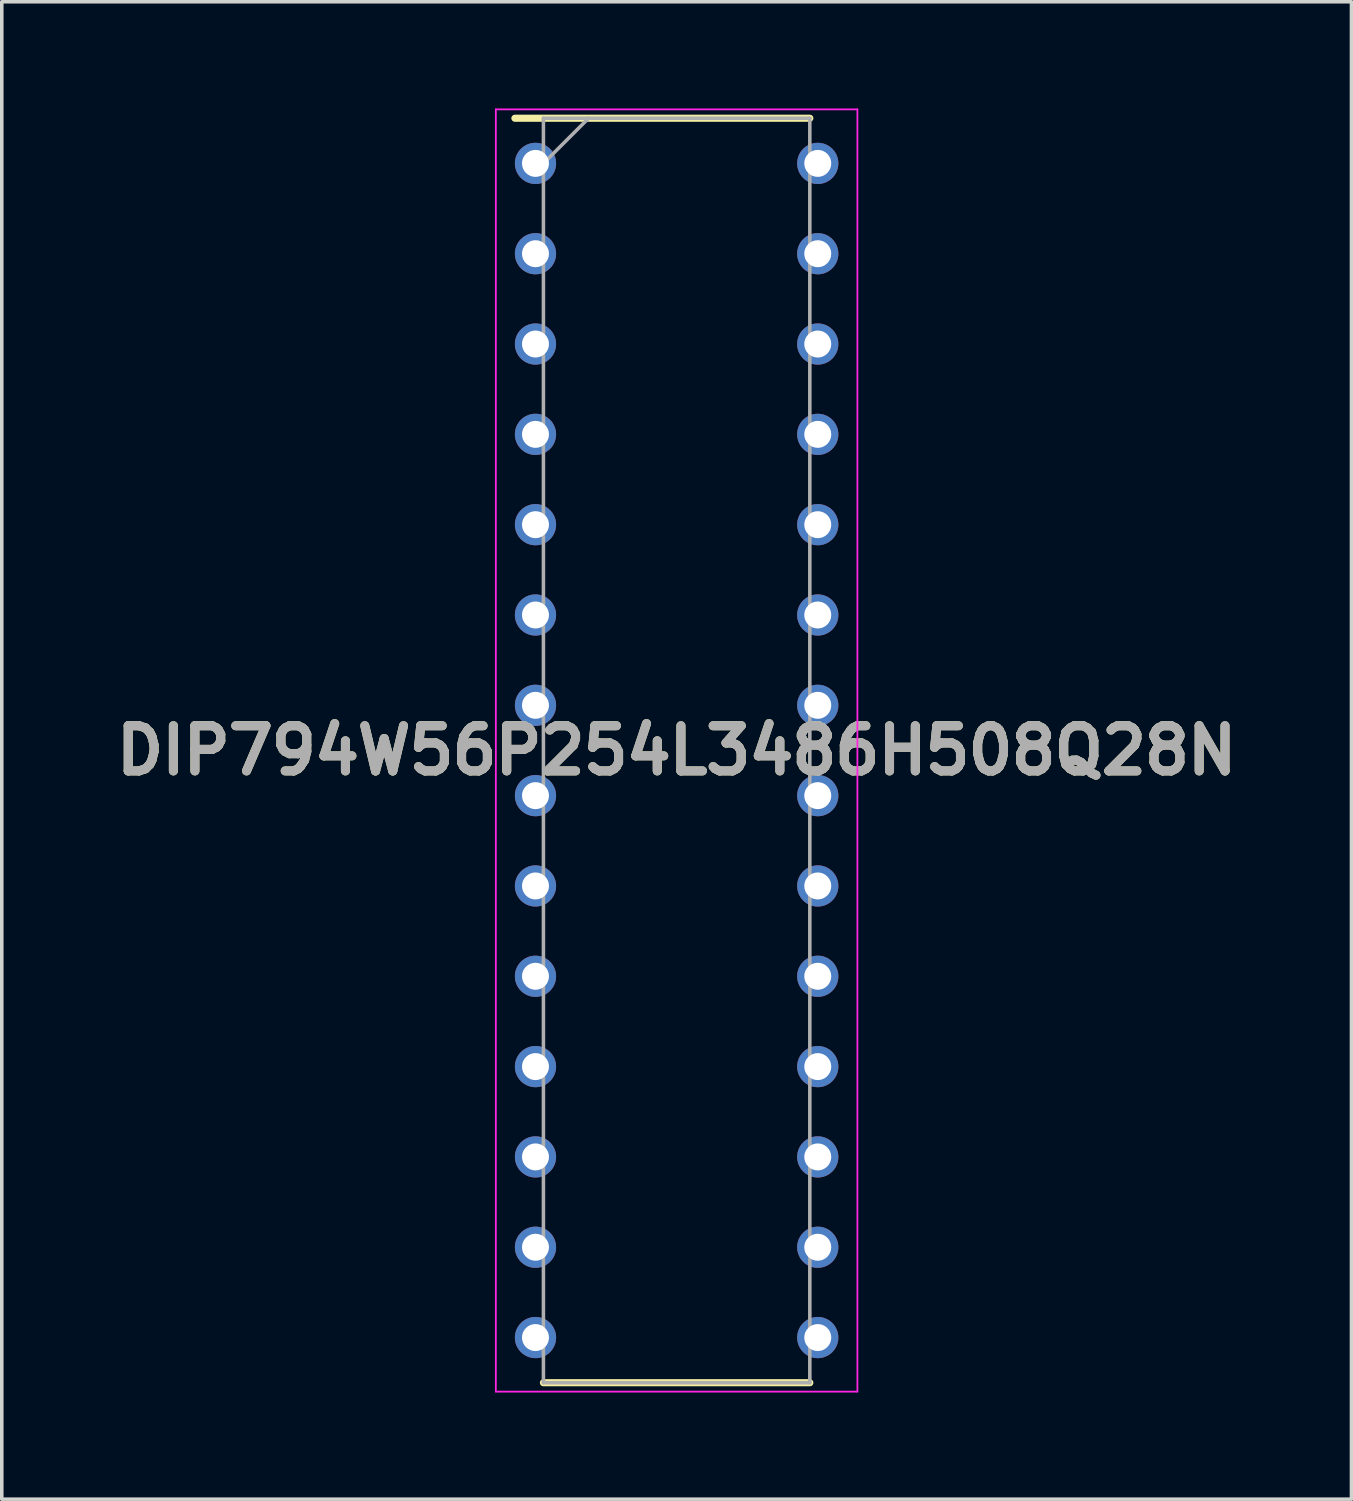
<source format=kicad_pcb>
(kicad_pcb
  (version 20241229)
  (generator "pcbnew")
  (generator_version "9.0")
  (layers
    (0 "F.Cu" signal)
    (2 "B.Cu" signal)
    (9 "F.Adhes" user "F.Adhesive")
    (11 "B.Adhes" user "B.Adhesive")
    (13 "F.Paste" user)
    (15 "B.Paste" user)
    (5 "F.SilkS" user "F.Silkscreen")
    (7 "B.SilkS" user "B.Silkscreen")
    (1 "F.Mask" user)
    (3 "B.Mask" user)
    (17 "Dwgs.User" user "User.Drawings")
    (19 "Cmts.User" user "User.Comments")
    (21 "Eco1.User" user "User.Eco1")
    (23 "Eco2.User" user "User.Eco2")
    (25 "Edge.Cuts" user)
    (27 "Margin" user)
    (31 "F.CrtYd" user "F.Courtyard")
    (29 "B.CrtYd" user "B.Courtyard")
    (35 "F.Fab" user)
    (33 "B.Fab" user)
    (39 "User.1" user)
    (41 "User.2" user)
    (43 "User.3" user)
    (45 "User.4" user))
  (footprint "DIP794W56P254L3486H508Q28N"
    (layer "F.Cu")
    (at 15.978 18.055)
    (property "Reference" "DIP794W56P254L3486H508Q28N" (at 0 0 0) (layer "F.SilkS") (effects (font (size 1.27 1.27) (thickness 0.254))))
    (attr through_hole)
    (fp_line (start -4.548 -17.78) (end 3.746 -17.78) (stroke (width 0.2) (type solid)) (layer "F.SilkS"))
    (fp_line (start -3.746 17.78) (end 3.746 17.78) (stroke (width 0.2) (type solid)) (layer "F.SilkS"))
    (fp_line (start -5.084 -18.03) (end 5.084 -18.03) (stroke (width 0.05) (type solid)) (layer "F.CrtYd"))
    (fp_line (start -5.084 18.03) (end -5.084 -18.03) (stroke (width 0.05) (type solid)) (layer "F.CrtYd"))
    (fp_line (start 5.084 -18.03) (end 5.084 18.03) (stroke (width 0.05) (type solid)) (layer "F.CrtYd"))
    (fp_line (start 5.084 18.03) (end -5.084 18.03) (stroke (width 0.05) (type solid)) (layer "F.CrtYd"))
    (fp_line (start -3.746 -17.78) (end 3.746 -17.78) (stroke (width 0.1) (type solid)) (layer "F.Fab"))
    (fp_line (start -3.746 -16.51) (end -2.476 -17.78) (stroke (width 0.1) (type solid)) (layer "F.Fab"))
    (fp_line (start -3.746 17.78) (end -3.746 -17.78) (stroke (width 0.1) (type solid)) (layer "F.Fab"))
    (fp_line (start 3.746 -17.78) (end 3.746 17.78) (stroke (width 0.1) (type solid)) (layer "F.Fab"))
    (fp_line (start 3.746 17.78) (end -3.746 17.78) (stroke (width 0.1) (type solid)) (layer "F.Fab"))
    (fp_text user "${REFERENCE}" (at 0 0 0) (layer "F.Fab") (effects (font (size 1.27 1.27) (thickness 0.254))))
    (pad "1" thru_hole circle (at -3.969 -16.51) (size 1.159 1.159) (drill 0.759) (layers "*.Cu" "*.Mask"))
    (pad "2" thru_hole circle (at -3.969 -13.97) (size 1.159 1.159) (drill 0.759) (layers "*.Cu" "*.Mask"))
    (pad "3" thru_hole circle (at -3.969 -11.43) (size 1.159 1.159) (drill 0.759) (layers "*.Cu" "*.Mask"))
    (pad "4" thru_hole circle (at -3.969 -8.89) (size 1.159 1.159) (drill 0.759) (layers "*.Cu" "*.Mask"))
    (pad "5" thru_hole circle (at -3.969 -6.35) (size 1.159 1.159) (drill 0.759) (layers "*.Cu" "*.Mask"))
    (pad "6" thru_hole circle (at -3.969 -3.81) (size 1.159 1.159) (drill 0.759) (layers "*.Cu" "*.Mask"))
    (pad "7" thru_hole circle (at -3.969 -1.27) (size 1.159 1.159) (drill 0.759) (layers "*.Cu" "*.Mask"))
    (pad "8" thru_hole circle (at -3.969 1.27) (size 1.159 1.159) (drill 0.759) (layers "*.Cu" "*.Mask"))
    (pad "9" thru_hole circle (at -3.969 3.81) (size 1.159 1.159) (drill 0.759) (layers "*.Cu" "*.Mask"))
    (pad "10" thru_hole circle (at -3.969 6.35) (size 1.159 1.159) (drill 0.759) (layers "*.Cu" "*.Mask"))
    (pad "11" thru_hole circle (at -3.969 8.89) (size 1.159 1.159) (drill 0.759) (layers "*.Cu" "*.Mask"))
    (pad "12" thru_hole circle (at -3.969 11.43) (size 1.159 1.159) (drill 0.759) (layers "*.Cu" "*.Mask"))
    (pad "13" thru_hole circle (at -3.969 13.97) (size 1.159 1.159) (drill 0.759) (layers "*.Cu" "*.Mask"))
    (pad "14" thru_hole circle (at -3.969 16.51) (size 1.159 1.159) (drill 0.759) (layers "*.Cu" "*.Mask"))
    (pad "15" thru_hole circle (at 3.969 16.51) (size 1.159 1.159) (drill 0.759) (layers "*.Cu" "*.Mask"))
    (pad "16" thru_hole circle (at 3.969 13.97) (size 1.159 1.159) (drill 0.759) (layers "*.Cu" "*.Mask"))
    (pad "17" thru_hole circle (at 3.969 11.43) (size 1.159 1.159) (drill 0.759) (layers "*.Cu" "*.Mask"))
    (pad "18" thru_hole circle (at 3.969 8.89) (size 1.159 1.159) (drill 0.759) (layers "*.Cu" "*.Mask"))
    (pad "19" thru_hole circle (at 3.969 6.35) (size 1.159 1.159) (drill 0.759) (layers "*.Cu" "*.Mask"))
    (pad "20" thru_hole circle (at 3.969 3.81) (size 1.159 1.159) (drill 0.759) (layers "*.Cu" "*.Mask"))
    (pad "21" thru_hole circle (at 3.969 1.27) (size 1.159 1.159) (drill 0.759) (layers "*.Cu" "*.Mask"))
    (pad "22" thru_hole circle (at 3.969 -1.27) (size 1.159 1.159) (drill 0.759) (layers "*.Cu" "*.Mask"))
    (pad "23" thru_hole circle (at 3.969 -3.81) (size 1.159 1.159) (drill 0.759) (layers "*.Cu" "*.Mask"))
    (pad "24" thru_hole circle (at 3.969 -6.35) (size 1.159 1.159) (drill 0.759) (layers "*.Cu" "*.Mask"))
    (pad "25" thru_hole circle (at 3.969 -8.89) (size 1.159 1.159) (drill 0.759) (layers "*.Cu" "*.Mask"))
    (pad "26" thru_hole circle (at 3.969 -11.43) (size 1.159 1.159) (drill 0.759) (layers "*.Cu" "*.Mask"))
    (pad "27" thru_hole circle (at 3.969 -13.97) (size 1.159 1.159) (drill 0.759) (layers "*.Cu" "*.Mask"))
    (pad "28" thru_hole circle (at 3.969 -16.51) (size 1.159 1.159) (drill 0.759) (layers "*.Cu" "*.Mask")))
  (gr_rect
    (start -3 -3)
    (end 34.956 39.11)
    (stroke (width 0.1) (type default))
    (fill no)
    (layer "Edge.Cuts")))
</source>
